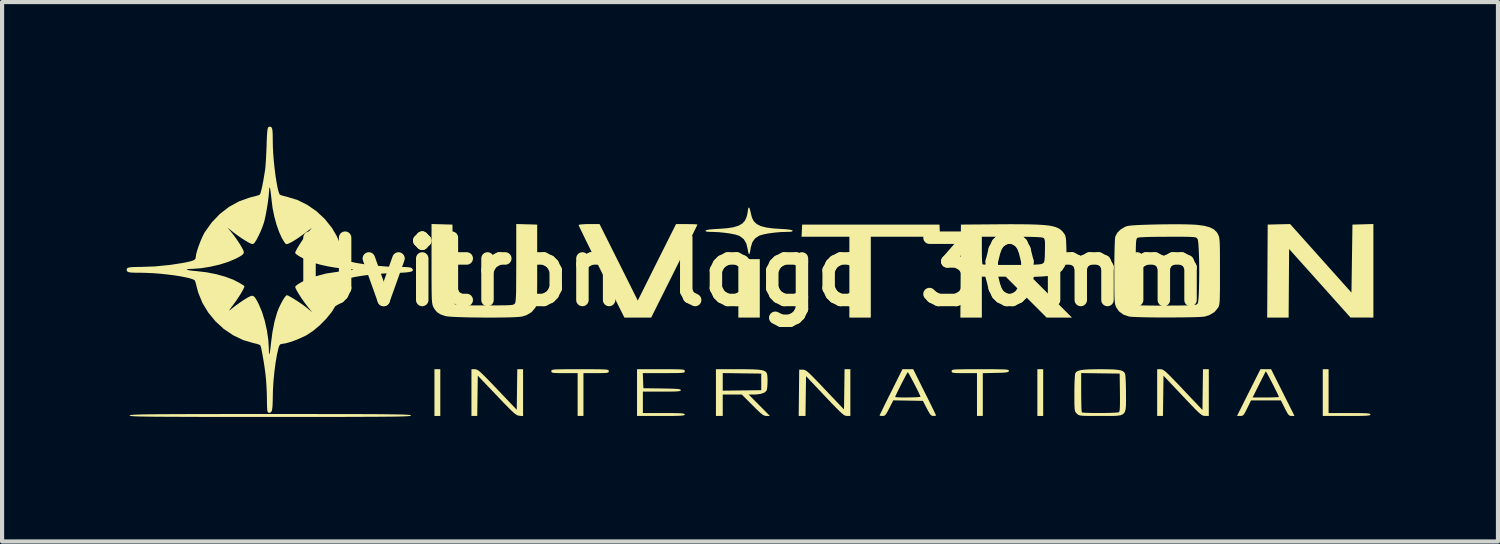
<source format=kicad_pcb>
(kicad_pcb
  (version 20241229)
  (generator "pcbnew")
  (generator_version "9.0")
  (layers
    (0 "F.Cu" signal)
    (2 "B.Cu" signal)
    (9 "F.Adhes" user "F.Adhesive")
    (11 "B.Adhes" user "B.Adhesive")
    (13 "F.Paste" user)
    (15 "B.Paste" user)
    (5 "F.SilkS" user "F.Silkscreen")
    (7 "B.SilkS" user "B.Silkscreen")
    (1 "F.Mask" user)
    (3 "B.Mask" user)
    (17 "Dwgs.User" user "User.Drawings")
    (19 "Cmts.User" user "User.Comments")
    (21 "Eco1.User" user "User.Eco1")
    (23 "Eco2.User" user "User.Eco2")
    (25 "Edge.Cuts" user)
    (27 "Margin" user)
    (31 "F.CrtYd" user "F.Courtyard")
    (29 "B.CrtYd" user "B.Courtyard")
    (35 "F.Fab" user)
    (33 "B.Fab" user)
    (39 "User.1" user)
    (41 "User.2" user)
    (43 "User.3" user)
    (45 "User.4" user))
  (footprint "Uvitron logo 30mm"
    (layer "F.Cu")
    (at 15.01 3.495)
    (property "Reference" "Uvitron logo 30mm" (at 0 0 0) (layer "F.SilkS") (effects (font (size 1.5 1.5) (thickness 0.3))))
    (attr board_only exclude_from_pos_files exclude_from_bom)
    (fp_poly (pts (xy -7.458 2.908) (xy -7.458 3.471) (xy -7.529 3.471) (xy -7.599 3.471) (xy -7.599 2.908) (xy -7.599 2.345) (xy -7.529 2.345) (xy -7.458 2.345)) (stroke (width 0) (type solid)) (fill yes) (layer "F.SilkS"))
    (fp_poly (pts (xy 0.235 0.399) (xy 0.235 1.102) (xy -0.023 1.102) (xy -0.281 1.102) (xy -0.281 0.399) (xy -0.281 -0.305) (xy -0.023 -0.305) (xy 0.235 -0.305)) (stroke (width 0) (type solid)) (fill yes) (layer "F.SilkS"))
    (fp_poly (pts (xy 7.059 2.908) (xy 7.059 3.471) (xy 6.989 3.471) (xy 6.919 3.471) (xy 6.919 2.908) (xy 6.919 2.345) (xy 6.989 2.345) (xy 7.059 2.345)) (stroke (width 0) (type solid)) (fill yes) (layer "F.SilkS"))
    (fp_poly (pts (xy 4.569 -0.991) (xy 4.576 -0.844) (xy 3.742 -0.844) (xy 2.908 -0.844) (xy 2.908 0.129) (xy 2.908 1.102) (xy 2.65 1.102) (xy 2.392 1.102) (xy 2.392 0.129) (xy 2.392 -0.844) (xy 1.817 -0.844) (xy 1.241 -0.844) (xy 1.248 -0.991) (xy 1.255 -1.137) (xy 2.908 -1.137) (xy 4.562 -1.137)) (stroke (width 0) (type solid)) (fill yes) (layer "F.SilkS"))
    (fp_poly (pts (xy 15.01 -0.024) (xy 15.01 1.102) (xy 14.735 1.101) (xy 14.459 1.101) (xy 13.72 0.276) (xy 12.981 -0.549) (xy 12.975 0.277) (xy 12.969 1.102) (xy 12.711 1.102) (xy 12.453 1.102) (xy 12.459 -0.018) (xy 12.465 -1.137) (xy 12.735 -1.144) (xy 13.005 -1.15) (xy 13.744 -0.324) (xy 14.482 0.501) (xy 14.494 -0.318) (xy 14.506 -1.137) (xy 14.758 -1.144) (xy 15.01 -1.151)) (stroke (width 0) (type solid)) (fill yes) (layer "F.SilkS"))
    (fp_poly (pts (xy 13.931 2.873) (xy 13.931 3.401) (xy 14.436 3.401) (xy 14.604 3.401) (xy 14.731 3.403) (xy 14.822 3.405) (xy 14.883 3.41) (xy 14.919 3.417) (xy 14.936 3.426) (xy 14.94 3.436) (xy 14.934 3.447) (xy 14.915 3.456) (xy 14.876 3.462) (xy 14.813 3.466) (xy 14.719 3.469) (xy 14.591 3.471) (xy 14.423 3.471) (xy 14.365 3.471) (xy 13.791 3.471) (xy 13.791 2.908) (xy 13.791 2.345) (xy 13.861 2.345) (xy 13.931 2.345)) (stroke (width 0) (type solid)) (fill yes) (layer "F.SilkS"))
    (fp_poly (pts (xy -6.602 2.348) (xy -6.575 2.357) (xy -6.542 2.376) (xy -6.5 2.41) (xy -6.444 2.462) (xy -6.37 2.535) (xy -6.274 2.633) (xy -6.152 2.76) (xy -6.082 2.834) (xy -5.617 3.322) (xy -5.611 2.834) (xy -5.604 2.345) (xy -5.535 2.345) (xy -5.465 2.345) (xy -5.465 2.91) (xy -5.465 3.474) (xy -5.553 3.467) (xy -5.581 3.462) (xy -5.61 3.451) (xy -5.645 3.43) (xy -5.688 3.395) (xy -5.746 3.342) (xy -5.821 3.267) (xy -5.919 3.168) (xy -6.042 3.039) (xy -6.098 2.98) (xy -6.555 2.501) (xy -6.562 2.986) (xy -6.568 3.471) (xy -6.638 3.471) (xy -6.708 3.471) (xy -6.708 2.908) (xy -6.708 2.345) (xy -6.627 2.345)) (stroke (width 0) (type solid)) (fill yes) (layer "F.SilkS"))
    (fp_poly (pts (xy 2.416 2.908) (xy 2.416 3.471) (xy 2.335 3.471) (xy 2.31 3.469) (xy 2.283 3.46) (xy 2.25 3.44) (xy 2.208 3.406) (xy 2.152 3.354) (xy 2.078 3.28) (xy 1.981 3.181) (xy 1.859 3.053) (xy 1.802 2.992) (xy 1.349 2.513) (xy 1.342 2.992) (xy 1.336 3.471) (xy 1.254 3.471) (xy 1.172 3.471) (xy 1.178 2.914) (xy 1.184 2.357) (xy 1.269 2.357) (xy 1.296 2.359) (xy 1.322 2.367) (xy 1.354 2.384) (xy 1.394 2.415) (xy 1.447 2.463) (xy 1.517 2.532) (xy 1.608 2.626) (xy 1.725 2.748) (xy 1.808 2.836) (xy 2.263 3.314) (xy 2.27 2.83) (xy 2.276 2.345) (xy 2.346 2.345) (xy 2.416 2.345)) (stroke (width 0) (type solid)) (fill yes) (layer "F.SilkS"))
    (fp_poly (pts (xy 9.91 2.348) (xy 9.936 2.356) (xy 9.969 2.376) (xy 10.011 2.409) (xy 10.066 2.461) (xy 10.139 2.533) (xy 10.234 2.631) (xy 10.355 2.757) (xy 10.429 2.836) (xy 10.894 3.327) (xy 10.9 2.836) (xy 10.907 2.345) (xy 10.977 2.345) (xy 11.047 2.345) (xy 11.047 2.908) (xy 11.047 3.471) (xy 10.959 3.47) (xy 10.931 3.468) (xy 10.905 3.461) (xy 10.874 3.445) (xy 10.835 3.415) (xy 10.784 3.369) (xy 10.717 3.303) (xy 10.629 3.212) (xy 10.516 3.094) (xy 10.413 2.985) (xy 9.956 2.501) (xy 9.95 2.986) (xy 9.943 3.471) (xy 9.873 3.471) (xy 9.804 3.471) (xy 9.804 2.908) (xy 9.804 2.345) (xy 9.884 2.345)) (stroke (width 0) (type solid)) (fill yes) (layer "F.SilkS"))
    (fp_poly (pts (xy -3.163 -0.229) (xy -2.703 0.692) (xy -2.243 -0.229) (xy -1.782 -1.149) (xy -1.524 -1.149) (xy -1.421 -1.148) (xy -1.337 -1.146) (xy -1.283 -1.142) (xy -1.266 -1.138) (xy -1.277 -1.115) (xy -1.306 -1.054) (xy -1.352 -0.96) (xy -1.414 -0.835) (xy -1.489 -0.683) (xy -1.575 -0.51) (xy -1.671 -0.317) (xy -1.774 -0.111) (xy -1.823 -0.012) (xy -2.38 1.102) (xy -2.703 1.102) (xy -3.025 1.102) (xy -3.577 0.000097) (xy -3.682 -0.211) (xy -3.781 -0.41) (xy -3.871 -0.593) (xy -3.951 -0.755) (xy -4.018 -0.893) (xy -4.071 -1.002) (xy -4.108 -1.08) (xy -4.126 -1.12) (xy -4.128 -1.126) (xy -4.105 -1.136) (xy -4.042 -1.144) (xy -3.944 -1.149) (xy -3.876 -1.149) (xy -3.623 -1.149)) (stroke (width 0) (type solid)) (fill yes) (layer "F.SilkS"))
    (fp_poly (pts (xy 5.747 2.345) (xy 5.904 2.346) (xy 6.023 2.348) (xy 6.111 2.35) (xy 6.171 2.354) (xy 6.208 2.36) (xy 6.228 2.367) (xy 6.234 2.377) (xy 6.234 2.386) (xy 6.226 2.403) (xy 6.205 2.415) (xy 6.162 2.423) (xy 6.091 2.429) (xy 5.985 2.432) (xy 5.916 2.434) (xy 5.605 2.441) (xy 5.605 2.956) (xy 5.605 3.471) (xy 5.535 3.471) (xy 5.465 3.471) (xy 5.465 2.955) (xy 5.465 2.439) (xy 5.16 2.439) (xy 5.035 2.439) (xy 4.95 2.437) (xy 4.897 2.432) (xy 4.869 2.424) (xy 4.857 2.41) (xy 4.855 2.392) (xy 4.856 2.379) (xy 4.864 2.368) (xy 4.882 2.36) (xy 4.917 2.354) (xy 4.972 2.35) (xy 5.054 2.348) (xy 5.166 2.346) (xy 5.315 2.345) (xy 5.504 2.345) (xy 5.548 2.345)) (stroke (width 0) (type solid)) (fill yes) (layer "F.SilkS"))
    (fp_poly (pts (xy -3.895 2.345) (xy -3.738 2.346) (xy -3.619 2.347) (xy -3.532 2.35) (xy -3.472 2.353) (xy -3.433 2.359) (xy -3.412 2.366) (xy -3.403 2.377) (xy -3.401 2.389) (xy -3.401 2.392) (xy -3.403 2.411) (xy -3.416 2.424) (xy -3.446 2.433) (xy -3.502 2.437) (xy -3.59 2.439) (xy -3.706 2.439) (xy -4.011 2.439) (xy -4.011 2.955) (xy -4.011 3.471) (xy -4.081 3.471) (xy -4.151 3.471) (xy -4.151 2.955) (xy -4.151 2.439) (xy -4.468 2.439) (xy -4.595 2.439) (xy -4.683 2.437) (xy -4.738 2.433) (xy -4.769 2.425) (xy -4.782 2.412) (xy -4.784 2.393) (xy -4.784 2.392) (xy -4.783 2.379) (xy -4.776 2.368) (xy -4.757 2.36) (xy -4.722 2.354) (xy -4.667 2.35) (xy -4.585 2.348) (xy -4.472 2.346) (xy -4.324 2.345) (xy -4.134 2.345) (xy -4.093 2.345)) (stroke (width 0) (type solid)) (fill yes) (layer "F.SilkS"))
    (fp_poly (pts (xy 12.829 2.908) (xy 13.111 3.471) (xy 13.04 3.471) (xy 13.005 3.468) (xy 12.976 3.452) (xy 12.947 3.415) (xy 12.91 3.349) (xy 12.876 3.283) (xy 12.782 3.096) (xy 12.423 3.096) (xy 12.064 3.096) (xy 11.973 3.283) (xy 11.928 3.373) (xy 11.896 3.429) (xy 11.868 3.458) (xy 11.838 3.469) (xy 11.804 3.471) (xy 11.726 3.471) (xy 11.949 3.025) (xy 12.102 3.025) (xy 12.418 3.025) (xy 12.534 3.025) (xy 12.631 3.022) (xy 12.7 3.019) (xy 12.733 3.015) (xy 12.735 3.013) (xy 12.725 2.987) (xy 12.699 2.93) (xy 12.66 2.851) (xy 12.613 2.758) (xy 12.564 2.66) (xy 12.515 2.566) (xy 12.472 2.485) (xy 12.44 2.426) (xy 12.422 2.397) (xy 12.42 2.396) (xy 12.407 2.418) (xy 12.378 2.476) (xy 12.335 2.56) (xy 12.283 2.663) (xy 12.257 2.715) (xy 12.102 3.025) (xy 11.949 3.025) (xy 12.008 2.908) (xy 12.29 2.345) (xy 12.419 2.345) (xy 12.547 2.345)) (stroke (width 0) (type solid)) (fill yes) (layer "F.SilkS"))
    (fp_poly (pts (xy -0.086 2.346) (xy 0.067 2.349) (xy 0.183 2.355) (xy 0.269 2.365) (xy 0.329 2.38) (xy 0.369 2.4) (xy 0.395 2.426) (xy 0.408 2.452) (xy 0.417 2.503) (xy 0.422 2.583) (xy 0.421 2.675) (xy 0.416 2.763) (xy 0.408 2.832) (xy 0.399 2.86) (xy 0.349 2.907) (xy 0.261 2.939) (xy 0.141 2.954) (xy 0.097 2.955) (xy -0.034 2.955) (xy 0.223 3.213) (xy 0.48 3.471) (xy 0.398 3.471) (xy 0.363 3.468) (xy 0.328 3.455) (xy 0.286 3.428) (xy 0.232 3.382) (xy 0.157 3.311) (xy 0.059 3.213) (xy -0.199 2.955) (xy -0.428 2.955) (xy -0.657 2.955) (xy -0.657 3.213) (xy -0.657 3.471) (xy -0.739 3.471) (xy -0.821 3.471) (xy -0.821 2.908) (xy -0.821 2.438) (xy -0.657 2.438) (xy -0.657 2.65) (xy -0.657 2.862) (xy -0.193 2.856) (xy 0.27 2.85) (xy 0.27 2.65) (xy 0.27 2.451) (xy -0.193 2.445) (xy -0.657 2.438) (xy -0.821 2.438) (xy -0.821 2.345) (xy -0.28 2.345)) (stroke (width 0) (type solid)) (fill yes) (layer "F.SilkS"))
    (fp_poly (pts (xy -1.967 2.345) (xy -1.83 2.346) (xy -1.729 2.348) (xy -1.658 2.351) (xy -1.613 2.356) (xy -1.587 2.363) (xy -1.575 2.374) (xy -1.571 2.387) (xy -1.571 2.392) (xy -1.573 2.408) (xy -1.582 2.419) (xy -1.605 2.428) (xy -1.646 2.433) (xy -1.712 2.437) (xy -1.809 2.438) (xy -1.942 2.439) (xy -2.077 2.439) (xy -2.582 2.439) (xy -2.575 2.621) (xy -2.568 2.803) (xy -2.117 2.809) (xy -1.958 2.812) (xy -1.84 2.815) (xy -1.757 2.82) (xy -1.705 2.826) (xy -1.676 2.835) (xy -1.666 2.846) (xy -1.665 2.85) (xy -1.671 2.862) (xy -1.693 2.871) (xy -1.737 2.878) (xy -1.808 2.882) (xy -1.913 2.884) (xy -2.056 2.885) (xy -2.123 2.885) (xy -2.58 2.885) (xy -2.58 3.143) (xy -2.58 3.401) (xy -2.076 3.401) (xy -1.907 3.401) (xy -1.78 3.403) (xy -1.689 3.405) (xy -1.628 3.41) (xy -1.592 3.417) (xy -1.575 3.426) (xy -1.571 3.436) (xy -1.577 3.447) (xy -1.596 3.456) (xy -1.635 3.462) (xy -1.699 3.466) (xy -1.792 3.469) (xy -1.92 3.471) (xy -2.089 3.471) (xy -2.146 3.471) (xy -2.721 3.471) (xy -2.721 2.908) (xy -2.721 2.345) (xy -2.146 2.345)) (stroke (width 0) (type solid)) (fill yes) (layer "F.SilkS"))
    (fp_poly (pts (xy -0.011 -1.527) (xy 0.006 -1.472) (xy 0.021 -1.403) (xy 0.049 -1.297) (xy 0.094 -1.213) (xy 0.163 -1.149) (xy 0.26 -1.101) (xy 0.389 -1.067) (xy 0.555 -1.045) (xy 0.725 -1.034) (xy 0.864 -1.025) (xy 0.958 -1.015) (xy 1.012 -1.002) (xy 1.026 -0.991) (xy 1.018 -0.974) (xy 0.974 -0.964) (xy 0.889 -0.961) (xy 0.887 -0.961) (xy 0.742 -0.957) (xy 0.592 -0.944) (xy 0.448 -0.925) (xy 0.324 -0.901) (xy 0.232 -0.874) (xy 0.219 -0.869) (xy 0.123 -0.806) (xy 0.057 -0.714) (xy 0.018 -0.589) (xy 0.012 -0.549) (xy 0.001 -0.479) (xy -0.013 -0.433) (xy -0.022 -0.422) (xy -0.036 -0.443) (xy -0.049 -0.498) (xy -0.057 -0.547) (xy -0.09 -0.684) (xy -0.151 -0.786) (xy -0.243 -0.857) (xy -0.266 -0.869) (xy -0.35 -0.896) (xy -0.469 -0.92) (xy -0.609 -0.94) (xy -0.76 -0.955) (xy -0.907 -0.961) (xy -0.934 -0.961) (xy -1.02 -0.964) (xy -1.064 -0.974) (xy -1.073 -0.991) (xy -1.073 -0.991) (xy -1.05 -1.005) (xy -0.988 -1.017) (xy -0.885 -1.027) (xy -0.76 -1.034) (xy -0.559 -1.049) (xy -0.4 -1.073) (xy -0.278 -1.11) (xy -0.187 -1.161) (xy -0.124 -1.23) (xy -0.084 -1.317) (xy -0.072 -1.363) (xy -0.057 -1.437) (xy -0.048 -1.496) (xy -0.047 -1.514) (xy -0.035 -1.544) (xy -0.026 -1.548)) (stroke (width 0) (type solid)) (fill yes) (layer "F.SilkS"))
    (fp_poly (pts (xy 4.204 2.897) (xy 4.278 3.044) (xy 4.344 3.178) (xy 4.4 3.292) (xy 4.443 3.381) (xy 4.471 3.439) (xy 4.48 3.46) (xy 4.459 3.468) (xy 4.415 3.471) (xy 4.381 3.466) (xy 4.352 3.447) (xy 4.32 3.404) (xy 4.278 3.33) (xy 4.257 3.289) (xy 4.163 3.108) (xy 3.806 3.101) (xy 3.449 3.095) (xy 3.354 3.283) (xy 3.307 3.373) (xy 3.273 3.429) (xy 3.245 3.458) (xy 3.215 3.47) (xy 3.189 3.471) (xy 3.14 3.468) (xy 3.119 3.46) (xy 3.119 3.46) (xy 3.129 3.436) (xy 3.158 3.377) (xy 3.202 3.287) (xy 3.258 3.171) (xy 3.325 3.037) (xy 3.336 3.014) (xy 3.495 3.014) (xy 3.516 3.02) (xy 3.574 3.023) (xy 3.658 3.025) (xy 3.756 3.026) (xy 3.859 3.024) (xy 3.956 3.022) (xy 4.037 3.018) (xy 4.089 3.013) (xy 4.105 3.008) (xy 4.095 2.981) (xy 4.068 2.922) (xy 4.029 2.842) (xy 3.982 2.75) (xy 3.932 2.653) (xy 3.884 2.563) (xy 3.843 2.487) (xy 3.813 2.435) (xy 3.799 2.416) (xy 3.786 2.435) (xy 3.756 2.488) (xy 3.716 2.564) (xy 3.668 2.655) (xy 3.619 2.752) (xy 3.572 2.846) (xy 3.533 2.926) (xy 3.505 2.985) (xy 3.495 3.014) (xy 3.495 3.014) (xy 3.336 3.014) (xy 3.395 2.897) (xy 3.67 2.345) (xy 3.799 2.345) (xy 3.929 2.345)) (stroke (width 0) (type solid)) (fill yes) (layer "F.SilkS"))
    (fp_poly (pts (xy -11.081 3.424) (xy -10.657 3.424) (xy -10.274 3.425) (xy -9.933 3.425) (xy -9.629 3.426) (xy -9.361 3.426) (xy -9.127 3.427) (xy -8.925 3.428) (xy -8.752 3.43) (xy -8.607 3.432) (xy -8.486 3.434) (xy -8.389 3.436) (xy -8.312 3.439) (xy -8.254 3.442) (xy -8.212 3.445) (xy -8.184 3.449) (xy -8.168 3.453) (xy -8.162 3.458) (xy -8.162 3.459) (xy -8.166 3.464) (xy -8.179 3.469) (xy -8.203 3.473) (xy -8.242 3.476) (xy -8.296 3.479) (xy -8.367 3.482) (xy -8.46 3.485) (xy -8.574 3.487) (xy -8.713 3.488) (xy -8.879 3.49) (xy -9.073 3.491) (xy -9.299 3.492) (xy -9.558 3.493) (xy -9.852 3.494) (xy -10.184 3.494) (xy -10.556 3.494) (xy -10.97 3.494) (xy -11.428 3.495) (xy -11.551 3.495) (xy -12.02 3.495) (xy -12.445 3.494) (xy -12.827 3.494) (xy -13.169 3.494) (xy -13.473 3.493) (xy -13.74 3.492) (xy -13.974 3.491) (xy -14.176 3.49) (xy -14.349 3.489) (xy -14.495 3.487) (xy -14.615 3.485) (xy -14.713 3.483) (xy -14.79 3.48) (xy -14.848 3.477) (xy -14.89 3.474) (xy -14.918 3.47) (xy -14.934 3.465) (xy -14.94 3.461) (xy -14.94 3.459) (xy -14.936 3.454) (xy -14.923 3.45) (xy -14.898 3.446) (xy -14.86 3.443) (xy -14.806 3.439) (xy -14.734 3.437) (xy -14.642 3.434) (xy -14.528 3.432) (xy -14.389 3.43) (xy -14.223 3.429) (xy -14.028 3.428) (xy -13.803 3.427) (xy -13.544 3.426) (xy -13.249 3.425) (xy -12.917 3.425) (xy -12.546 3.424) (xy -12.132 3.424) (xy -11.674 3.424) (xy -11.551 3.424)) (stroke (width 0) (type solid)) (fill yes) (layer "F.SilkS"))
    (fp_poly (pts (xy 8.613 2.347) (xy 8.753 2.351) (xy 8.858 2.361) (xy 8.933 2.375) (xy 8.983 2.396) (xy 9.015 2.425) (xy 9.031 2.455) (xy 9.038 2.497) (xy 9.044 2.576) (xy 9.049 2.685) (xy 9.052 2.814) (xy 9.053 2.934) (xy 9.054 3.096) (xy 9.052 3.221) (xy 9.043 3.315) (xy 9.022 3.382) (xy 8.983 3.427) (xy 8.921 3.454) (xy 8.83 3.467) (xy 8.707 3.471) (xy 8.544 3.471) (xy 8.431 3.471) (xy 8.265 3.471) (xy 8.139 3.47) (xy 8.047 3.468) (xy 7.982 3.464) (xy 7.939 3.457) (xy 7.91 3.447) (xy 7.888 3.433) (xy 7.869 3.415) (xy 7.868 3.414) (xy 7.847 3.392) (xy 7.833 3.369) (xy 7.822 3.338) (xy 7.816 3.291) (xy 7.812 3.221) (xy 7.81 3.121) (xy 7.81 2.985) (xy 7.81 2.919) (xy 7.811 2.779) (xy 7.814 2.652) (xy 7.82 2.548) (xy 7.826 2.474) (xy 7.833 2.44) (xy 7.834 2.438) (xy 7.974 2.438) (xy 7.974 2.904) (xy 7.975 3.047) (xy 7.977 3.174) (xy 7.98 3.277) (xy 7.984 3.35) (xy 7.989 3.384) (xy 7.99 3.385) (xy 8.018 3.391) (xy 8.085 3.395) (xy 8.18 3.398) (xy 8.294 3.4) (xy 8.419 3.4) (xy 8.545 3.399) (xy 8.663 3.397) (xy 8.765 3.393) (xy 8.84 3.388) (xy 8.88 3.382) (xy 8.883 3.381) (xy 8.894 3.363) (xy 8.902 3.32) (xy 8.906 3.249) (xy 8.908 3.143) (xy 8.908 2.998) (xy 8.907 2.907) (xy 8.901 2.451) (xy 8.437 2.445) (xy 7.974 2.438) (xy 7.834 2.438) (xy 7.858 2.409) (xy 7.9 2.385) (xy 7.963 2.367) (xy 8.054 2.356) (xy 8.178 2.349) (xy 8.341 2.346) (xy 8.431 2.345)) (stroke (width 0) (type solid)) (fill yes) (layer "F.SilkS"))
    (fp_poly (pts (xy -5.377 -1.144) (xy -5.125 -1.137) (xy -5.125 -0.176) (xy -5.125 0.062) (xy -5.125 0.258) (xy -5.126 0.416) (xy -5.128 0.541) (xy -5.13 0.637) (xy -5.134 0.71) (xy -5.139 0.763) (xy -5.146 0.801) (xy -5.154 0.83) (xy -5.164 0.853) (xy -5.173 0.868) (xy -5.26 0.971) (xy -5.382 1.044) (xy -5.49 1.077) (xy -5.554 1.085) (xy -5.657 1.092) (xy -5.792 1.097) (xy -5.951 1.1) (xy -6.128 1.102) (xy -6.316 1.103) (xy -6.507 1.101) (xy -6.695 1.099) (xy -6.871 1.095) (xy -7.031 1.09) (xy -7.165 1.084) (xy -7.267 1.076) (xy -7.331 1.067) (xy -7.336 1.066) (xy -7.454 1.025) (xy -7.538 0.971) (xy -7.599 0.896) (xy -7.622 0.855) (xy -7.634 0.829) (xy -7.643 0.801) (xy -7.651 0.766) (xy -7.657 0.719) (xy -7.662 0.655) (xy -7.665 0.571) (xy -7.667 0.46) (xy -7.668 0.319) (xy -7.669 0.143) (xy -7.669 -0.073) (xy -7.669 -0.196) (xy -7.669 -1.151) (xy -7.417 -1.144) (xy -7.165 -1.137) (xy -7.159 -0.196) (xy -7.157 0.041) (xy -7.155 0.236) (xy -7.153 0.392) (xy -7.15 0.514) (xy -7.147 0.607) (xy -7.142 0.675) (xy -7.137 0.722) (xy -7.13 0.752) (xy -7.121 0.77) (xy -7.114 0.777) (xy -7.094 0.787) (xy -7.054 0.794) (xy -6.992 0.8) (xy -6.901 0.804) (xy -6.778 0.807) (xy -6.619 0.809) (xy -6.417 0.809) (xy -6.386 0.809) (xy -6.187 0.809) (xy -6.03 0.808) (xy -5.91 0.807) (xy -5.821 0.804) (xy -5.758 0.8) (xy -5.716 0.794) (xy -5.689 0.786) (xy -5.673 0.776) (xy -5.662 0.764) (xy -5.654 0.745) (xy -5.646 0.711) (xy -5.641 0.659) (xy -5.636 0.583) (xy -5.633 0.48) (xy -5.631 0.346) (xy -5.63 0.177) (xy -5.629 -0.033) (xy -5.629 -0.216) (xy -5.629 -1.151)) (stroke (width 0) (type solid)) (fill yes) (layer "F.SilkS"))
    (fp_poly (pts (xy 6.524 -1.145) (xy 6.74 -1.142) (xy 6.922 -1.136) (xy 7.071 -1.127) (xy 7.194 -1.114) (xy 7.292 -1.096) (xy 7.37 -1.073) (xy 7.433 -1.045) (xy 7.483 -1.011) (xy 7.524 -0.971) (xy 7.547 -0.943) (xy 7.573 -0.907) (xy 7.591 -0.872) (xy 7.602 -0.828) (xy 7.61 -0.766) (xy 7.614 -0.676) (xy 7.618 -0.549) (xy 7.618 -0.541) (xy 7.62 -0.411) (xy 7.62 -0.317) (xy 7.615 -0.25) (xy 7.605 -0.199) (xy 7.589 -0.155) (xy 7.571 -0.118) (xy 7.515 -0.034) (xy 7.442 0.028) (xy 7.344 0.071) (xy 7.215 0.098) (xy 7.047 0.112) (xy 7.031 0.113) (xy 6.773 0.124) (xy 7.262 0.613) (xy 7.751 1.102) (xy 7.446 1.102) (xy 7.141 1.102) (xy 6.649 0.61) (xy 6.157 0.117) (xy 5.869 0.117) (xy 5.582 0.117) (xy 5.582 0.61) (xy 5.582 1.102) (xy 5.324 1.102) (xy 5.065 1.102) (xy 5.072 -0.018) (xy 5.076 -0.844) (xy 5.582 -0.844) (xy 5.582 -0.52) (xy 5.583 -0.401) (xy 5.586 -0.299) (xy 5.59 -0.224) (xy 5.596 -0.184) (xy 5.598 -0.18) (xy 5.624 -0.176) (xy 5.692 -0.172) (xy 5.794 -0.169) (xy 5.925 -0.167) (xy 6.079 -0.165) (xy 6.251 -0.165) (xy 6.295 -0.165) (xy 6.513 -0.165) (xy 6.687 -0.167) (xy 6.823 -0.171) (xy 6.922 -0.176) (xy 6.99 -0.183) (xy 7.03 -0.192) (xy 7.036 -0.194) (xy 7.061 -0.209) (xy 7.078 -0.229) (xy 7.088 -0.262) (xy 7.095 -0.318) (xy 7.099 -0.405) (xy 7.101 -0.505) (xy 7.103 -0.626) (xy 7.102 -0.709) (xy 7.097 -0.762) (xy 7.086 -0.794) (xy 7.069 -0.813) (xy 7.068 -0.815) (xy 7.043 -0.824) (xy 6.994 -0.831) (xy 6.916 -0.836) (xy 6.806 -0.84) (xy 6.66 -0.843) (xy 6.474 -0.844) (xy 6.304 -0.844) (xy 5.582 -0.844) (xy 5.076 -0.844) (xy 5.078 -1.137) (xy 5.969 -1.144) (xy 6.268 -1.146)) (stroke (width 0) (type solid)) (fill yes) (layer "F.SilkS"))
    (fp_poly (pts (xy 10.409 -1.144) (xy 10.561 -1.141) (xy 10.688 -1.136) (xy 10.772 -1.13) (xy 10.941 -1.107) (xy 11.07 -1.072) (xy 11.167 -1.023) (xy 11.236 -0.957) (xy 11.272 -0.898) (xy 11.284 -0.871) (xy 11.294 -0.839) (xy 11.301 -0.798) (xy 11.307 -0.742) (xy 11.311 -0.666) (xy 11.314 -0.565) (xy 11.315 -0.434) (xy 11.316 -0.267) (xy 11.316 -0.059) (xy 11.316 -0.012) (xy 11.316 0.203) (xy 11.316 0.377) (xy 11.314 0.513) (xy 11.312 0.619) (xy 11.309 0.698) (xy 11.304 0.755) (xy 11.297 0.797) (xy 11.288 0.828) (xy 11.276 0.853) (xy 11.268 0.868) (xy 11.181 0.971) (xy 11.058 1.044) (xy 10.951 1.077) (xy 10.897 1.083) (xy 10.803 1.089) (xy 10.677 1.093) (xy 10.524 1.096) (xy 10.353 1.098) (xy 10.17 1.099) (xy 9.982 1.1) (xy 9.796 1.099) (xy 9.619 1.097) (xy 9.458 1.094) (xy 9.32 1.09) (xy 9.213 1.085) (xy 9.142 1.079) (xy 9.128 1.077) (xy 8.989 1.03) (xy 8.883 0.951) (xy 8.82 0.859) (xy 8.807 0.83) (xy 8.796 0.798) (xy 8.788 0.759) (xy 8.782 0.707) (xy 8.777 0.637) (xy 8.774 0.544) (xy 8.773 0.421) (xy 8.772 0.265) (xy 8.772 0.068) (xy 8.772 -0.002) (xy 8.772 -0.025) (xy 9.288 -0.025) (xy 9.288 0.189) (xy 9.288 0.362) (xy 9.29 0.498) (xy 9.294 0.601) (xy 9.3 0.676) (xy 9.309 0.728) (xy 9.321 0.762) (xy 9.338 0.783) (xy 9.359 0.795) (xy 9.387 0.803) (xy 9.393 0.805) (xy 9.428 0.808) (xy 9.504 0.81) (xy 9.613 0.812) (xy 9.75 0.813) (xy 9.907 0.814) (xy 10.078 0.813) (xy 10.093 0.813) (xy 10.285 0.812) (xy 10.436 0.81) (xy 10.551 0.808) (xy 10.635 0.804) (xy 10.694 0.799) (xy 10.733 0.793) (xy 10.757 0.784) (xy 10.772 0.772) (xy 10.779 0.764) (xy 10.79 0.725) (xy 10.799 0.647) (xy 10.806 0.536) (xy 10.811 0.4) (xy 10.814 0.246) (xy 10.816 0.08) (xy 10.816 -0.09) (xy 10.814 -0.256) (xy 10.81 -0.412) (xy 10.804 -0.551) (xy 10.797 -0.665) (xy 10.788 -0.747) (xy 10.777 -0.79) (xy 10.775 -0.792) (xy 10.764 -0.807) (xy 10.749 -0.819) (xy 10.727 -0.828) (xy 10.69 -0.835) (xy 10.634 -0.839) (xy 10.555 -0.842) (xy 10.445 -0.844) (xy 10.301 -0.844) (xy 10.117 -0.844) (xy 10.059 -0.844) (xy 9.846 -0.843) (xy 9.666 -0.841) (xy 9.521 -0.837) (xy 9.415 -0.831) (xy 9.35 -0.825) (xy 9.333 -0.82) (xy 9.321 -0.812) (xy 9.311 -0.797) (xy 9.303 -0.773) (xy 9.297 -0.733) (xy 9.293 -0.673) (xy 9.29 -0.588) (xy 9.289 -0.473) (xy 9.288 -0.323) (xy 9.288 -0.134) (xy 9.288 -0.025) (xy 8.772 -0.025) (xy 8.772 -0.212) (xy 8.775 -0.401) (xy 8.778 -0.563) (xy 8.783 -0.695) (xy 8.788 -0.791) (xy 8.795 -0.845) (xy 8.796 -0.849) (xy 8.842 -0.939) (xy 8.924 -1.02) (xy 9.028 -1.082) (xy 9.085 -1.102) (xy 9.141 -1.111) (xy 9.237 -1.12) (xy 9.365 -1.127) (xy 9.518 -1.133) (xy 9.689 -1.138) (xy 9.871 -1.142) (xy 10.057 -1.144) (xy 10.238 -1.145)) (stroke (width 0) (type solid)) (fill yes) (layer "F.SilkS"))
    (fp_poly (pts (xy -11.537 -3.49) (xy -11.517 -3.471) (xy -11.504 -3.431) (xy -11.496 -3.363) (xy -11.493 -3.262) (xy -11.492 -3.14) (xy -11.489 -2.993) (xy -11.48 -2.832) (xy -11.466 -2.662) (xy -11.448 -2.492) (xy -11.428 -2.329) (xy -11.405 -2.179) (xy -11.382 -2.049) (xy -11.358 -1.948) (xy -11.335 -1.88) (xy -11.32 -1.858) (xy -11.284 -1.842) (xy -11.217 -1.823) (xy -11.152 -1.807) (xy -10.901 -1.731) (xy -10.66 -1.612) (xy -10.437 -1.457) (xy -10.238 -1.271) (xy -10.068 -1.058) (xy -9.957 -0.87) (xy -9.908 -0.762) (xy -9.861 -0.643) (xy -9.821 -0.526) (xy -9.793 -0.423) (xy -9.78 -0.348) (xy -9.78 -0.339) (xy -9.77 -0.298) (xy -9.732 -0.273) (xy -9.692 -0.26) (xy -9.489 -0.215) (xy -9.252 -0.177) (xy -8.998 -0.147) (xy -8.738 -0.126) (xy -8.488 -0.118) (xy -8.444 -0.117) (xy -8.318 -0.116) (xy -8.232 -0.111) (xy -8.177 -0.103) (xy -8.146 -0.089) (xy -8.138 -0.082) (xy -8.119 -0.051) (xy -8.12 -0.027) (xy -8.147 -0.009) (xy -8.203 0.005) (xy -8.293 0.016) (xy -8.421 0.024) (xy -8.592 0.03) (xy -8.602 0.03) (xy -8.843 0.042) (xy -9.081 0.063) (xy -9.306 0.09) (xy -9.506 0.122) (xy -9.671 0.159) (xy -9.692 0.165) (xy -9.752 0.188) (xy -9.777 0.22) (xy -9.78 0.245) (xy -9.79 0.32) (xy -9.818 0.424) (xy -9.86 0.547) (xy -9.912 0.676) (xy -9.97 0.799) (xy -9.975 0.809) (xy -10.074 0.969) (xy -10.206 1.132) (xy -10.359 1.287) (xy -10.522 1.423) (xy -10.682 1.528) (xy -10.706 1.541) (xy -10.829 1.598) (xy -10.957 1.651) (xy -11.081 1.694) (xy -11.188 1.723) (xy -11.266 1.735) (xy -11.271 1.736) (xy -11.311 1.746) (xy -11.338 1.785) (xy -11.351 1.823) (xy -11.389 1.985) (xy -11.423 2.181) (xy -11.452 2.4) (xy -11.474 2.628) (xy -11.488 2.854) (xy -11.492 3.033) (xy -11.494 3.146) (xy -11.499 3.245) (xy -11.508 3.319) (xy -11.516 3.355) (xy -11.553 3.394) (xy -11.593 3.395) (xy -11.619 3.364) (xy -11.625 3.326) (xy -11.629 3.253) (xy -11.632 3.156) (xy -11.633 3.076) (xy -11.635 2.937) (xy -11.642 2.777) (xy -11.652 2.625) (xy -11.657 2.568) (xy -11.669 2.453) (xy -11.686 2.324) (xy -11.706 2.19) (xy -11.728 2.06) (xy -11.749 1.944) (xy -11.768 1.85) (xy -11.785 1.787) (xy -11.793 1.769) (xy -11.823 1.752) (xy -11.885 1.733) (xy -11.952 1.717) (xy -12.206 1.643) (xy -12.447 1.527) (xy -12.671 1.376) (xy -12.871 1.193) (xy -13.044 0.983) (xy -13.184 0.753) (xy -13.285 0.506) (xy -13.321 0.375) (xy -13.34 0.297) (xy -13.358 0.235) (xy -13.367 0.211) (xy -13.402 0.186) (xy -13.476 0.16) (xy -13.584 0.134) (xy -13.719 0.108) (xy -13.873 0.084) (xy -14.041 0.063) (xy -14.215 0.045) (xy -14.389 0.032) (xy -14.557 0.025) (xy -14.651 0.023) (xy -14.789 0.022) (xy -14.887 0.019) (xy -14.951 0.011) (xy -14.989 -0.003) (xy -15.006 -0.023) (xy -15.01 -0.047) (xy -15.008 -0.059) (xy -13.563 -0.059) (xy -13.553 -0.049) (xy -13.508 -0.037) (xy -13.431 -0.026) (xy -13.327 -0.016) (xy -13.313 -0.015) (xy -13.083 0.012) (xy -12.854 0.057) (xy -12.638 0.117) (xy -12.445 0.189) (xy -12.288 0.27) (xy -12.287 0.271) (xy -12.227 0.308) (xy -12.186 0.335) (xy -12.175 0.342) (xy -12.178 0.368) (xy -12.204 0.424) (xy -12.247 0.502) (xy -12.303 0.592) (xy -12.366 0.688) (xy -12.433 0.78) (xy -12.437 0.786) (xy -12.499 0.867) (xy -12.532 0.915) (xy -12.54 0.932) (xy -12.524 0.923) (xy -12.495 0.899) (xy -12.408 0.83) (xy -12.301 0.752) (xy -12.19 0.677) (xy -12.091 0.617) (xy -12.059 0.6) (xy -12.009 0.579) (xy -11.968 0.579) (xy -11.931 0.606) (xy -11.891 0.664) (xy -11.839 0.76) (xy -11.832 0.774) (xy -11.752 0.962) (xy -11.684 1.182) (xy -11.632 1.416) (xy -11.598 1.651) (xy -11.586 1.863) (xy -11.584 1.945) (xy -11.579 1.982) (xy -11.57 1.976) (xy -11.56 1.927) (xy -11.547 1.837) (xy -11.538 1.744) (xy -11.5 1.453) (xy -11.449 1.193) (xy -11.387 0.977) (xy -11.349 0.88) (xy -11.302 0.781) (xy -11.254 0.691) (xy -11.208 0.618) (xy -11.171 0.573) (xy -11.152 0.563) (xy -11.116 0.576) (xy -11.053 0.61) (xy -10.97 0.66) (xy -10.878 0.719) (xy -10.787 0.781) (xy -10.705 0.841) (xy -10.662 0.875) (xy -10.544 0.973) (xy -10.662 0.826) (xy -10.727 0.741) (xy -10.793 0.647) (xy -10.854 0.552) (xy -10.906 0.467) (xy -10.94 0.401) (xy -10.953 0.363) (xy -10.932 0.335) (xy -10.878 0.294) (xy -10.799 0.247) (xy -10.705 0.199) (xy -10.605 0.155) (xy -10.534 0.129) (xy -10.213 0.042) (xy -9.873 -0.009) (xy -9.812 -0.015) (xy -9.705 -0.024) (xy -9.625 -0.036) (xy -9.575 -0.048) (xy -9.56 -0.058) (xy -9.583 -0.066) (xy -9.649 -0.07) (xy -9.66 -0.07) (xy -9.804 -0.078) (xy -9.976 -0.099) (xy -10.158 -0.13) (xy -10.333 -0.168) (xy -10.483 -0.21) (xy -10.493 -0.213) (xy -10.606 -0.255) (xy -10.716 -0.303) (xy -10.815 -0.352) (xy -10.892 -0.398) (xy -10.941 -0.436) (xy -10.953 -0.457) (xy -10.94 -0.496) (xy -10.905 -0.562) (xy -10.854 -0.646) (xy -10.794 -0.74) (xy -10.73 -0.833) (xy -10.668 -0.915) (xy -10.664 -0.919) (xy -10.551 -1.06) (xy -10.734 -0.919) (xy -10.83 -0.849) (xy -10.929 -0.782) (xy -11.015 -0.729) (xy -11.042 -0.714) (xy -11.111 -0.68) (xy -11.152 -0.666) (xy -11.177 -0.67) (xy -11.198 -0.692) (xy -11.2 -0.695) (xy -11.271 -0.809) (xy -11.34 -0.96) (xy -11.402 -1.138) (xy -11.455 -1.332) (xy -11.496 -1.533) (xy -11.517 -1.696) (xy -11.534 -1.85) (xy -11.548 -1.958) (xy -11.559 -2.019) (xy -11.569 -2.035) (xy -11.576 -2.006) (xy -11.58 -1.958) (xy -11.591 -1.826) (xy -11.61 -1.672) (xy -11.635 -1.513) (xy -11.663 -1.363) (xy -11.691 -1.236) (xy -11.707 -1.178) (xy -11.744 -1.072) (xy -11.79 -0.96) (xy -11.841 -0.853) (xy -11.889 -0.762) (xy -11.931 -0.7) (xy -11.947 -0.682) (xy -11.972 -0.67) (xy -12.006 -0.674) (xy -12.059 -0.697) (xy -12.14 -0.744) (xy -12.146 -0.747) (xy -12.248 -0.812) (xy -12.358 -0.889) (xy -12.445 -0.954) (xy -12.583 -1.066) (xy -12.486 -0.949) (xy -12.414 -0.857) (xy -12.341 -0.753) (xy -12.274 -0.65) (xy -12.223 -0.561) (xy -12.197 -0.507) (xy -12.188 -0.468) (xy -12.2 -0.433) (xy -12.239 -0.397) (xy -12.31 -0.354) (xy -12.396 -0.31) (xy -12.568 -0.238) (xy -12.771 -0.174) (xy -12.991 -0.123) (xy -13.213 -0.087) (xy -13.421 -0.071) (xy -13.462 -0.07) (xy -13.534 -0.067) (xy -13.563 -0.059) (xy -15.008 -0.059) (xy -15.005 -0.075) (xy -14.983 -0.095) (xy -14.939 -0.107) (xy -14.864 -0.114) (xy -14.754 -0.117) (xy -14.686 -0.117) (xy -14.326 -0.13) (xy -13.956 -0.167) (xy -13.662 -0.213) (xy -13.534 -0.238) (xy -13.446 -0.26) (xy -13.39 -0.282) (xy -13.359 -0.308) (xy -13.347 -0.34) (xy -13.345 -0.365) (xy -13.335 -0.429) (xy -13.31 -0.522) (xy -13.272 -0.633) (xy -13.228 -0.748) (xy -13.181 -0.855) (xy -13.137 -0.942) (xy -13.131 -0.951) (xy -12.963 -1.187) (xy -12.766 -1.393) (xy -12.545 -1.564) (xy -12.305 -1.696) (xy -12.05 -1.787) (xy -12.004 -1.799) (xy -11.917 -1.82) (xy -11.847 -1.841) (xy -11.808 -1.856) (xy -11.806 -1.858) (xy -11.789 -1.891) (xy -11.767 -1.968) (xy -11.741 -2.083) (xy -11.713 -2.233) (xy -11.683 -2.415) (xy -11.679 -2.439) (xy -11.67 -2.515) (xy -11.661 -2.627) (xy -11.653 -2.761) (xy -11.646 -2.906) (xy -11.643 -2.99) (xy -11.637 -3.157) (xy -11.632 -3.282) (xy -11.625 -3.372) (xy -11.618 -3.432) (xy -11.607 -3.469) (xy -11.594 -3.487) (xy -11.576 -3.494) (xy -11.565 -3.495)) (stroke (width 0) (type solid)) (fill yes) (layer "F.SilkS")))
  (gr_rect
    (start -3 -3)
    (end 33.02 9.989)
    (stroke (width 0.1) (type default))
    (fill no)
    (layer "Edge.Cuts")))
</source>
